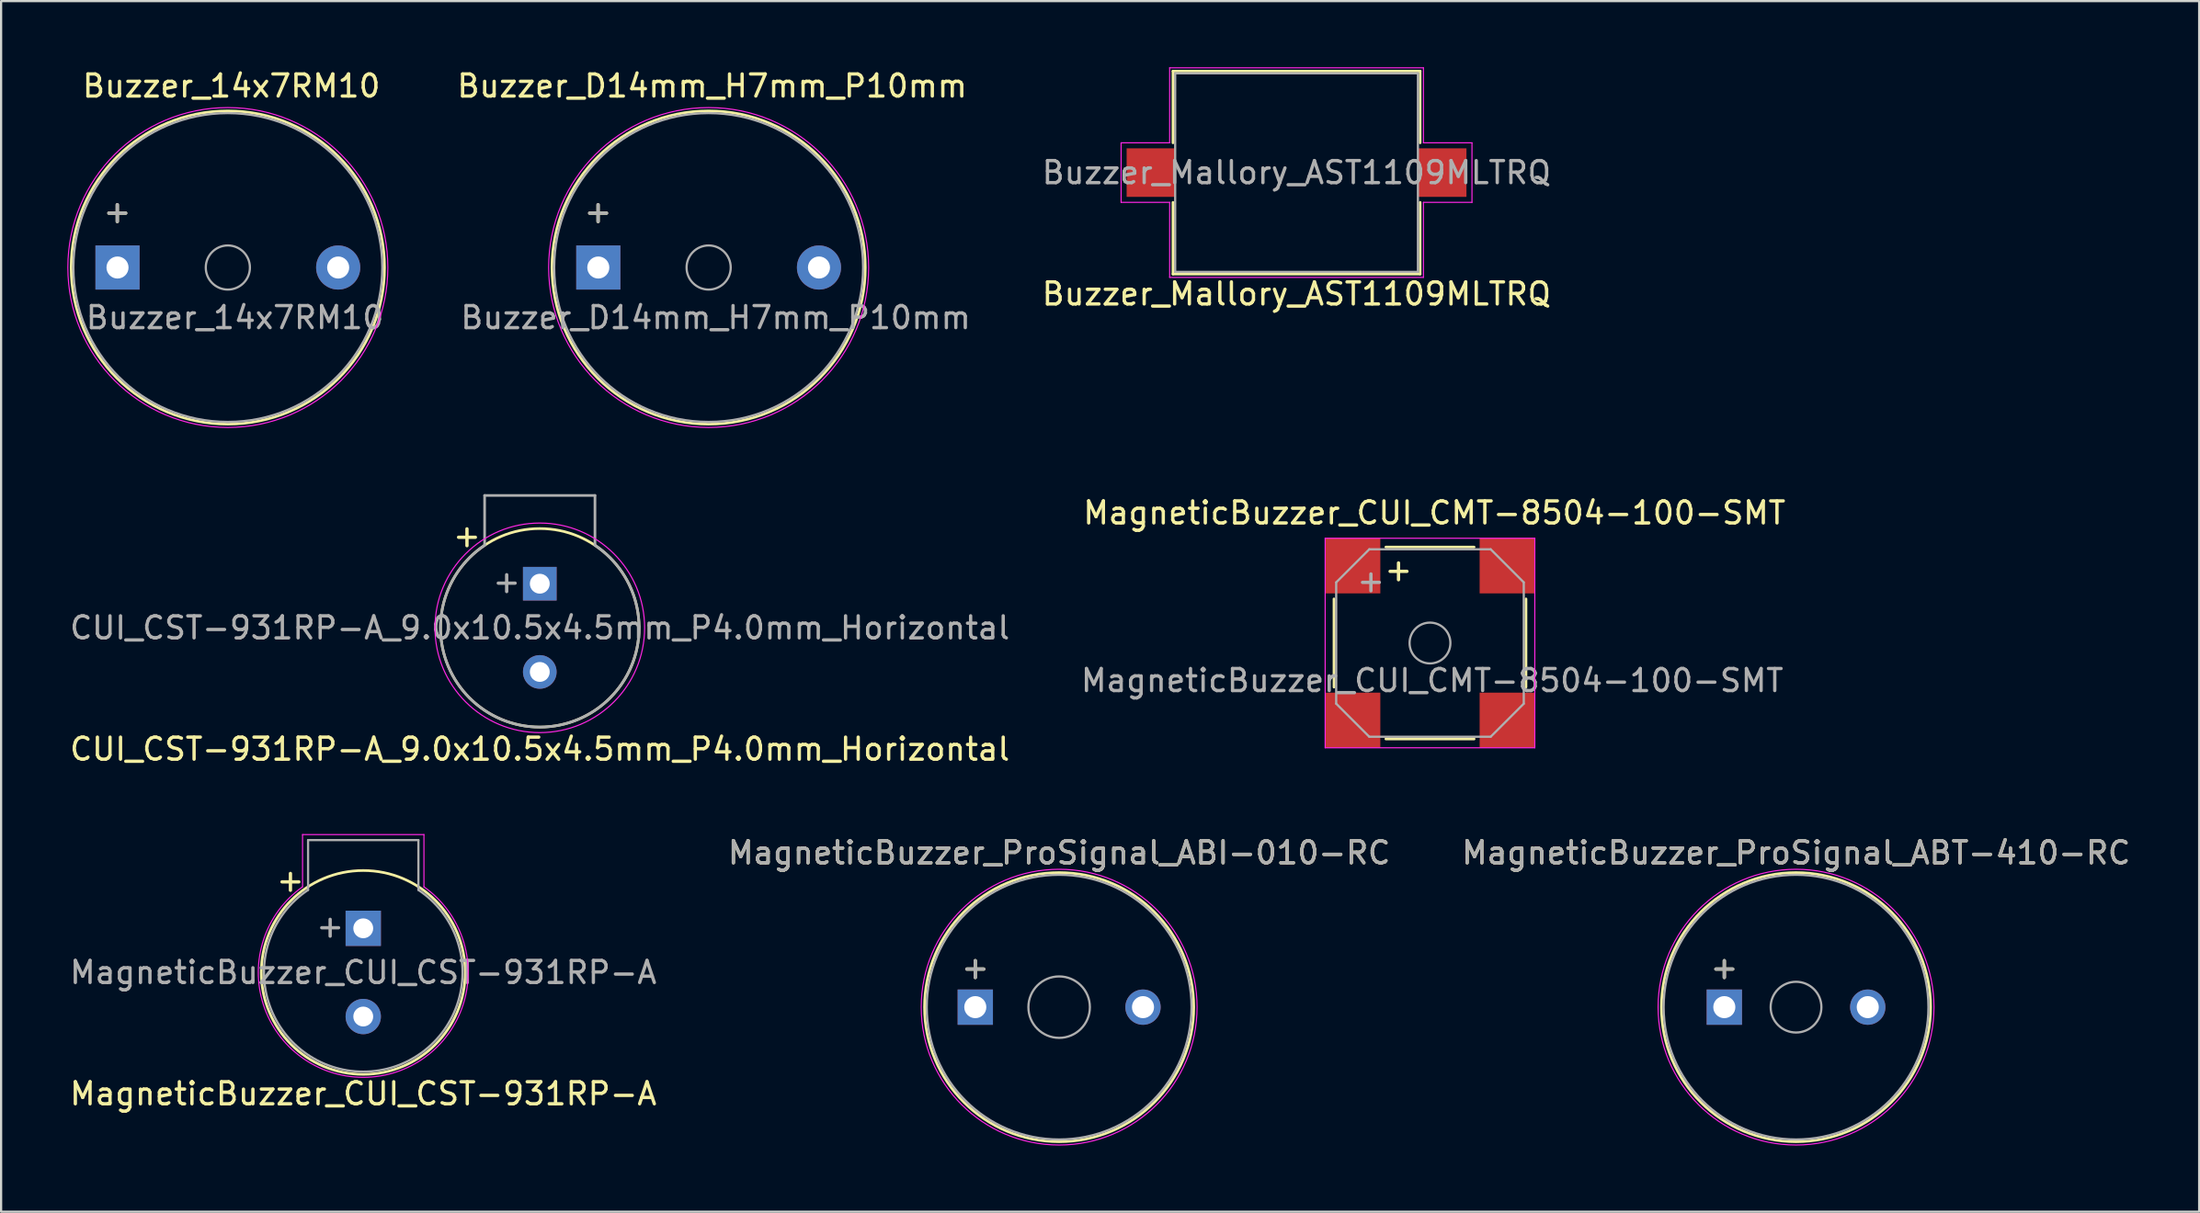
<source format=kicad_pcb>
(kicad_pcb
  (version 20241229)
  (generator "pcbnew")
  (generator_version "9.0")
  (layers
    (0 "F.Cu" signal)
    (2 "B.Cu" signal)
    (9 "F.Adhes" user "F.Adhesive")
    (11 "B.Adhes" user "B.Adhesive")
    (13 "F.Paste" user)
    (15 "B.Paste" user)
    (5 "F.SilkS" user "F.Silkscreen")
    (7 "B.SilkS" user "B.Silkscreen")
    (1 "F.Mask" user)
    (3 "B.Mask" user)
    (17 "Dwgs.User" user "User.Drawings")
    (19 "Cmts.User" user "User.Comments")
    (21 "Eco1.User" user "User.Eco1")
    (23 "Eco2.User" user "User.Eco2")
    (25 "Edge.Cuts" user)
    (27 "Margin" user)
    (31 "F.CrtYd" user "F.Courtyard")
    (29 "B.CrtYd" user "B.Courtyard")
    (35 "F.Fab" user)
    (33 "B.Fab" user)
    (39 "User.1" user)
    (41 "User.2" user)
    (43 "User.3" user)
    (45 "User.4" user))
  (footprint "MagneticBuzzer_CUI_CST-931RP-A"
    (layer "F.Cu")
    (at 13.411 39.036)
    (property "Reference" "MagneticBuzzer_CUI_CST-931RP-A" (at 0 7.5 0) (layer "F.SilkS") (effects (font (size 1 1) (thickness 0.15))))
    (attr through_hole)
    (fp_circle (center 0 2) (end 4.62 2) (stroke (width 0.12) (type solid)) (fill no) (layer "F.SilkS"))
    (fp_line (start -2.75 -4.25) (end 2.75 -4.25) (stroke (width 0.05) (type solid)) (layer "F.CrtYd"))
    (fp_line (start -2.75 -1.88) (end -2.75 -4.25) (stroke (width 0.05) (type solid)) (layer "F.CrtYd"))
    (fp_line (start 2.75 -4.25) (end 2.75 -1.88) (stroke (width 0.05) (type solid)) (layer "F.CrtYd"))
    (fp_arc (start 2.75 -1.88) (mid 0.006009 6.755719) (end -2.759797 -1.873038) (stroke (width 0.05) (type solid)) (layer "F.CrtYd"))
    (fp_line (start -2.5 -4) (end -2.5 -1.74) (stroke (width 0.1) (type solid)) (layer "F.Fab"))
    (fp_line (start -2.5 -4) (end 2.5 -4) (stroke (width 0.1) (type solid)) (layer "F.Fab"))
    (fp_line (start 2.5 -4) (end 2.5 -1.74) (stroke (width 0.1) (type solid)) (layer "F.Fab"))
    (fp_arc (start 2.5 -1.74) (mid 0.003084 6.498621) (end -2.505126 -1.736568) (stroke (width 0.1) (type solid)) (layer "F.Fab"))
    (fp_text user "+" (at -3.3 -2.18 0) (layer "F.SilkS") (effects (font (size 1 1) (thickness 0.15))))
    (fp_text user "${REFERENCE}" (at 0 2 0) (layer "F.Fab") (effects (font (size 1 1) (thickness 0.15))))
    (fp_text user "+" (at -1.5 -0.1 0) (layer "F.Fab") (effects (font (size 1 1) (thickness 0.15))))
    (pad "1" thru_hole rect (at 0 0) (size 1.6 1.6) (drill 0.9) (layers "*.Cu" "*.Mask"))
    (pad "2" thru_hole circle (at 0 4) (size 1.6 1.6) (drill 0.9) (layers "*.Cu" "*.Mask")))
  (footprint "Buzzer_14x7RM10"
    (layer "F.Cu")
    (at 2.275 9.078)
    (property "Reference" "Buzzer_14x7RM10" (at 5.16 -8.23 0) (layer "F.SilkS") (effects (font (size 1 1) (thickness 0.15))))
    (attr through_hole)
    (fp_circle (center 5 0) (end 12.1 0) (stroke (width 0.12) (type solid)) (fill no) (layer "F.SilkS"))
    (fp_circle (center 5 0) (end 12.25 0) (stroke (width 0.05) (type solid)) (fill no) (layer "F.CrtYd"))
    (fp_circle (center 5 0) (end 6 0) (stroke (width 0.1) (type solid)) (fill no) (layer "F.Fab"))
    (fp_circle (center 5 0) (end 12 0) (stroke (width 0.1) (type solid)) (fill no) (layer "F.Fab"))
    (fp_text user "+" (at -0.01 -2.54 0) (layer "F.SilkS") (effects (font (size 1 1) (thickness 0.15))))
    (fp_text user "+" (at -0.01 -2.54 0) (layer "F.Fab") (effects (font (size 1 1) (thickness 0.15))))
    (fp_text user "${REFERENCE}" (at 5.32 2.27 0) (layer "F.Fab") (effects (font (size 1 1) (thickness 0.15))))
    (pad "1" thru_hole rect (at 0 0) (size 2 2) (drill 1) (layers "*.Cu" "*.Mask"))
    (pad "2" thru_hole circle (at 10 0) (size 2 2) (drill 1) (layers "*.Cu" "*.Mask")))
  (footprint "MagneticBuzzer_ProSignal_ABI-010-RC"
    (layer "F.Cu")
    (at 41.146 42.61)
    (property "Reference" "MagneticBuzzer_ProSignal_ABI-010-RC" (at 3.8 -7 0) (layer "F.SilkS") (effects (font (size 1 1) (thickness 0.15))))
    (attr through_hole)
    (fp_circle (center 3.8 0) (end 9.9 0) (stroke (width 0.12) (type solid)) (fill no) (layer "F.SilkS"))
    (fp_circle (center 3.8 0) (end 10.05 0) (stroke (width 0.05) (type solid)) (fill no) (layer "F.CrtYd"))
    (fp_circle (center 3.8 0) (end 5.1 0.5) (stroke (width 0.1) (type solid)) (fill no) (layer "F.Fab"))
    (fp_circle (center 3.8 0) (end 9.8 0) (stroke (width 0.1) (type solid)) (fill no) (layer "F.Fab"))
    (fp_text user "+" (at 0 -1.8 0) (layer "F.SilkS") (effects (font (size 1 1) (thickness 0.15))))
    (fp_text user "${REFERENCE}" (at 3.8 -7 0) (layer "F.Fab") (effects (font (size 1 1) (thickness 0.15))))
    (fp_text user "+" (at 0 -1.8 0) (layer "F.Fab") (effects (font (size 1 1) (thickness 0.15))))
    (pad "1" thru_hole rect (at 0 0) (size 1.6 1.6) (drill 1) (layers "*.Cu" "*.Mask"))
    (pad "2" thru_hole circle (at 7.6 0) (size 1.6 1.6) (drill 1) (layers "*.Cu" "*.Mask")))
  (footprint "Buzzer_Mallory_AST1109MLTRQ"
    (layer "F.Cu")
    (at 55.704 4.775)
    (property "Reference" "Buzzer_Mallory_AST1109MLTRQ" (at 0 5.5 180) (layer "F.SilkS") (effects (font (size 1 1) (thickness 0.15))))
    (attr smd)
    (fp_line (start -5.6 -4.6) (end 5.6 -4.6) (stroke (width 0.12) (type solid)) (layer "F.SilkS"))
    (fp_line (start -5.6 -1.35) (end -5.6 -4.6) (stroke (width 0.12) (type solid)) (layer "F.SilkS"))
    (fp_line (start -5.6 4.6) (end -5.6 1.35) (stroke (width 0.12) (type solid)) (layer "F.SilkS"))
    (fp_line (start 5.6 -4.6) (end 5.6 -1.35) (stroke (width 0.12) (type solid)) (layer "F.SilkS"))
    (fp_line (start 5.6 1.35) (end 5.6 4.6) (stroke (width 0.12) (type solid)) (layer "F.SilkS"))
    (fp_line (start 5.6 4.6) (end -5.6 4.6) (stroke (width 0.12) (type solid)) (layer "F.SilkS"))
    (fp_line (start -7.95 -1.35) (end -5.75 -1.35) (stroke (width 0.05) (type solid)) (layer "F.CrtYd"))
    (fp_line (start -7.95 1.35) (end -7.95 -1.35) (stroke (width 0.05) (type solid)) (layer "F.CrtYd"))
    (fp_line (start -5.75 -4.75) (end 5.75 -4.75) (stroke (width 0.05) (type solid)) (layer "F.CrtYd"))
    (fp_line (start -5.75 -1.35) (end -5.75 -4.75) (stroke (width 0.05) (type solid)) (layer "F.CrtYd"))
    (fp_line (start -5.75 1.35) (end -7.95 1.35) (stroke (width 0.05) (type solid)) (layer "F.CrtYd"))
    (fp_line (start -5.75 4.75) (end -5.75 1.35) (stroke (width 0.05) (type solid)) (layer "F.CrtYd"))
    (fp_line (start 5.75 -4.75) (end 5.75 -1.35) (stroke (width 0.05) (type solid)) (layer "F.CrtYd"))
    (fp_line (start 5.75 -1.35) (end 7.95 -1.35) (stroke (width 0.05) (type solid)) (layer "F.CrtYd"))
    (fp_line (start 5.75 1.35) (end 5.75 4.75) (stroke (width 0.05) (type solid)) (layer "F.CrtYd"))
    (fp_line (start 5.75 4.75) (end -5.75 4.75) (stroke (width 0.05) (type solid)) (layer "F.CrtYd"))
    (fp_line (start 7.95 -1.35) (end 7.95 1.35) (stroke (width 0.05) (type solid)) (layer "F.CrtYd"))
    (fp_line (start 7.95 1.35) (end 5.75 1.35) (stroke (width 0.05) (type solid)) (layer "F.CrtYd"))
    (fp_line (start -5.5 -4.5) (end 5.5 -4.5) (stroke (width 0.1) (type solid)) (layer "F.Fab"))
    (fp_line (start -5.5 4.5) (end -5.5 -4.5) (stroke (width 0.1) (type solid)) (layer "F.Fab"))
    (fp_line (start 5.5 -4.5) (end 5.5 4.5) (stroke (width 0.1) (type solid)) (layer "F.Fab"))
    (fp_line (start 5.5 4.5) (end -5.5 4.5) (stroke (width 0.1) (type solid)) (layer "F.Fab"))
    (fp_text user "${REFERENCE}" (at 0 0 180) (layer "F.Fab") (effects (font (size 1 1) (thickness 0.15))))
    (pad "1" smd rect (at -6.6 0) (size 2.2 2.2) (layers "F.Cu" "F.Mask" "F.Paste"))
    (pad "2" smd rect (at 6.6 0) (size 2.2 2.2) (layers "F.Cu" "F.Mask" "F.Paste")))
  (footprint "Buzzer_D14mm_H7mm_P10mm"
    (layer "F.Cu")
    (at 24.063 9.078)
    (property "Reference" "Buzzer_D14mm_H7mm_P10mm" (at 5.16 -8.23 0) (layer "F.SilkS") (effects (font (size 1 1) (thickness 0.15))))
    (attr through_hole)
    (fp_circle (center 5 0) (end 12.1 0) (stroke (width 0.12) (type solid)) (fill no) (layer "F.SilkS"))
    (fp_circle (center 5 0) (end 12.25 0) (stroke (width 0.05) (type solid)) (fill no) (layer "F.CrtYd"))
    (fp_circle (center 5 0) (end 6 0) (stroke (width 0.1) (type solid)) (fill no) (layer "F.Fab"))
    (fp_circle (center 5 0) (end 12 0) (stroke (width 0.1) (type solid)) (fill no) (layer "F.Fab"))
    (fp_text user "+" (at -0.01 -2.54 0) (layer "F.SilkS") (effects (font (size 1 1) (thickness 0.15))))
    (fp_text user "+" (at -0.01 -2.54 0) (layer "F.Fab") (effects (font (size 1 1) (thickness 0.15))))
    (fp_text user "${REFERENCE}" (at 5.32 2.27 0) (layer "F.Fab") (effects (font (size 1 1) (thickness 0.15))))
    (pad "1" thru_hole rect (at 0 0) (size 2 2) (drill 1) (layers "*.Cu" "*.Mask"))
    (pad "2" thru_hole circle (at 10 0) (size 2 2) (drill 1) (layers "*.Cu" "*.Mask")))
  (footprint "MagneticBuzzer_CUI_CMT-8504-100-SMT"
    (layer "F.Cu")
    (at 61.751 26.102)
    (property "Reference" "MagneticBuzzer_CUI_CMT-8504-100-SMT" (at 0.2 -5.9 0) (layer "F.SilkS") (effects (font (size 1 1) (thickness 0.15))))
    (attr smd)
    (fp_line (start -4.35 -2) (end -4.35 2) (stroke (width 0.12) (type solid)) (layer "F.SilkS"))
    (fp_line (start -2 4.35) (end 2 4.35) (stroke (width 0.12) (type solid)) (layer "F.SilkS"))
    (fp_line (start 2 -4.35) (end -2 -4.35) (stroke (width 0.12) (type solid)) (layer "F.SilkS"))
    (fp_line (start 4.35 2) (end 4.35 -2) (stroke (width 0.12) (type solid)) (layer "F.SilkS"))
    (fp_line (start -4.75 -4.75) (end 4.75 -4.75) (stroke (width 0.05) (type solid)) (layer "F.CrtYd"))
    (fp_line (start -4.75 4.75) (end -4.75 -4.75) (stroke (width 0.05) (type solid)) (layer "F.CrtYd"))
    (fp_line (start 4.75 -4.75) (end 4.75 4.75) (stroke (width 0.05) (type solid)) (layer "F.CrtYd"))
    (fp_line (start 4.75 4.75) (end -4.75 4.75) (stroke (width 0.05) (type solid)) (layer "F.CrtYd"))
    (fp_line (start -4.25 -2.75) (end -2.75 -4.25) (stroke (width 0.1) (type solid)) (layer "F.Fab"))
    (fp_line (start -4.25 2.75) (end -4.25 -2.75) (stroke (width 0.1) (type solid)) (layer "F.Fab"))
    (fp_line (start -2.75 -4.25) (end 2.75 -4.25) (stroke (width 0.1) (type solid)) (layer "F.Fab"))
    (fp_line (start -2.75 4.25) (end -4.25 2.75) (stroke (width 0.1) (type solid)) (layer "F.Fab"))
    (fp_line (start 2.75 -4.25) (end 4.25 -2.75) (stroke (width 0.1) (type solid)) (layer "F.Fab"))
    (fp_line (start 2.75 4.25) (end -2.75 4.25) (stroke (width 0.1) (type solid)) (layer "F.Fab"))
    (fp_line (start 4.25 -2.75) (end 4.25 2.75) (stroke (width 0.1) (type solid)) (layer "F.Fab"))
    (fp_line (start 4.25 2.75) (end 2.75 4.25) (stroke (width 0.1) (type solid)) (layer "F.Fab"))
    (fp_circle (center 0 0) (end 0.925 0) (stroke (width 0.1) (type solid)) (fill no) (layer "F.Fab"))
    (fp_text user "+" (at -1.5 -3.25 270) (layer "F.SilkS") (effects (font (size 1 1) (thickness 0.15))))
    (fp_text user "${REFERENCE}" (at 0.1 1.7 0) (layer "F.Fab") (effects (font (size 1 1) (thickness 0.15))))
    (fp_text user "+" (at -2.75 -2.75 270) (layer "F.Fab") (effects (font (size 1 1) (thickness 0.15))))
    (pad "1" smd rect (at -3.5 -3.5 270) (size 2.5 2.5) (layers "F.Cu" "F.Mask" "F.Paste"))
    (pad "2" smd rect (at -3.5 3.5 270) (size 2.5 2.5) (layers "F.Cu" "F.Mask" "F.Paste"))
    (pad "3" smd rect (at 3.5 3.5 270) (size 2.5 2.5) (layers "F.Cu" "F.Mask" "F.Paste"))
    (pad "4" smd rect (at 3.5 -3.5 270) (size 2.5 2.5) (layers "F.Cu" "F.Mask" "F.Paste")))
  (footprint "MagneticBuzzer_ProSignal_ABT-410-RC"
    (layer "F.Cu")
    (at 75.089 42.61)
    (property "Reference" "MagneticBuzzer_ProSignal_ABT-410-RC" (at 3.25 -7 0) (layer "F.SilkS") (effects (font (size 1 1) (thickness 0.15))))
    (attr through_hole)
    (fp_circle (center 3.25 0) (end 9.35 0) (stroke (width 0.12) (type solid)) (fill no) (layer "F.SilkS"))
    (fp_circle (center 3.25 0) (end 9.5 0) (stroke (width 0.05) (type solid)) (fill no) (layer "F.CrtYd"))
    (fp_circle (center 3.25 0) (end 4.4 0) (stroke (width 0.1) (type solid)) (fill no) (layer "F.Fab"))
    (fp_circle (center 3.25 0) (end 9.25 0) (stroke (width 0.1) (type solid)) (fill no) (layer "F.Fab"))
    (fp_text user "+" (at 0 -1.8 0) (layer "F.SilkS") (effects (font (size 1 1) (thickness 0.15))))
    (fp_text user "+" (at 0 -1.8 0) (layer "F.Fab") (effects (font (size 1 1) (thickness 0.15))))
    (fp_text user "${REFERENCE}" (at 3.25 -7 0) (layer "F.Fab") (effects (font (size 1 1) (thickness 0.15))))
    (pad "1" thru_hole rect (at 0 0) (size 1.6 1.6) (drill 1) (layers "*.Cu" "*.Mask"))
    (pad "2" thru_hole circle (at 6.5 0) (size 1.6 1.6) (drill 1) (layers "*.Cu" "*.Mask")))
  (footprint "CUI_CST-931RP-A_9.0x10.5x4.5mm_P4.0mm_Horizontal"
    (layer "F.Cu")
    (at 21.411 23.413)
    (property "Reference" "CUI_CST-931RP-A_9.0x10.5x4.5mm_P4.0mm_Horizontal" (at 0 7.5 0) (layer "F.SilkS") (effects (font (size 1 1) (thickness 0.15))))
    (attr through_hole)
    (fp_circle (center 0 2) (end 4.5 2) (stroke (width 0.12) (type solid)) (fill no) (layer "F.SilkS"))
    (fp_circle (center 0 2) (end 4.75 2) (stroke (width 0.05) (type solid)) (fill no) (layer "F.CrtYd"))
    (fp_line (start -2.5 -4) (end -2.5 -1.74) (stroke (width 0.12) (type solid)) (layer "F.Fab"))
    (fp_line (start -2.5 -4) (end 2.5 -4) (stroke (width 0.12) (type solid)) (layer "F.Fab"))
    (fp_line (start 2.5 -4) (end 2.5 -1.74) (stroke (width 0.12) (type solid)) (layer "F.Fab"))
    (fp_arc (start 2.5 -1.74) (mid 0 6.498622) (end -2.5 -1.74) (stroke (width 0.12) (type solid)) (layer "F.Fab"))
    (fp_text user "+" (at -3.3 -2.18 0) (layer "F.SilkS") (effects (font (size 1 1) (thickness 0.15))))
    (fp_text user "${REFERENCE}" (at 0 2 0) (layer "F.Fab") (effects (font (size 1 1) (thickness 0.15))))
    (fp_text user "+" (at -1.5 -0.1 0) (layer "F.Fab") (effects (font (size 1 1) (thickness 0.15))))
    (pad "1" thru_hole rect (at 0 0) (size 1.524 1.524) (drill 0.9) (layers "*.Cu" "*.Mask"))
    (pad "2" thru_hole circle (at 0 4) (size 1.524 1.524) (drill 0.9) (layers "*.Cu" "*.Mask")))
  (gr_rect
    (start -3 -3)
    (end 96.607 51.885)
    (stroke (width 0.1) (type default))
    (fill no)
    (layer "Edge.Cuts")))
</source>
